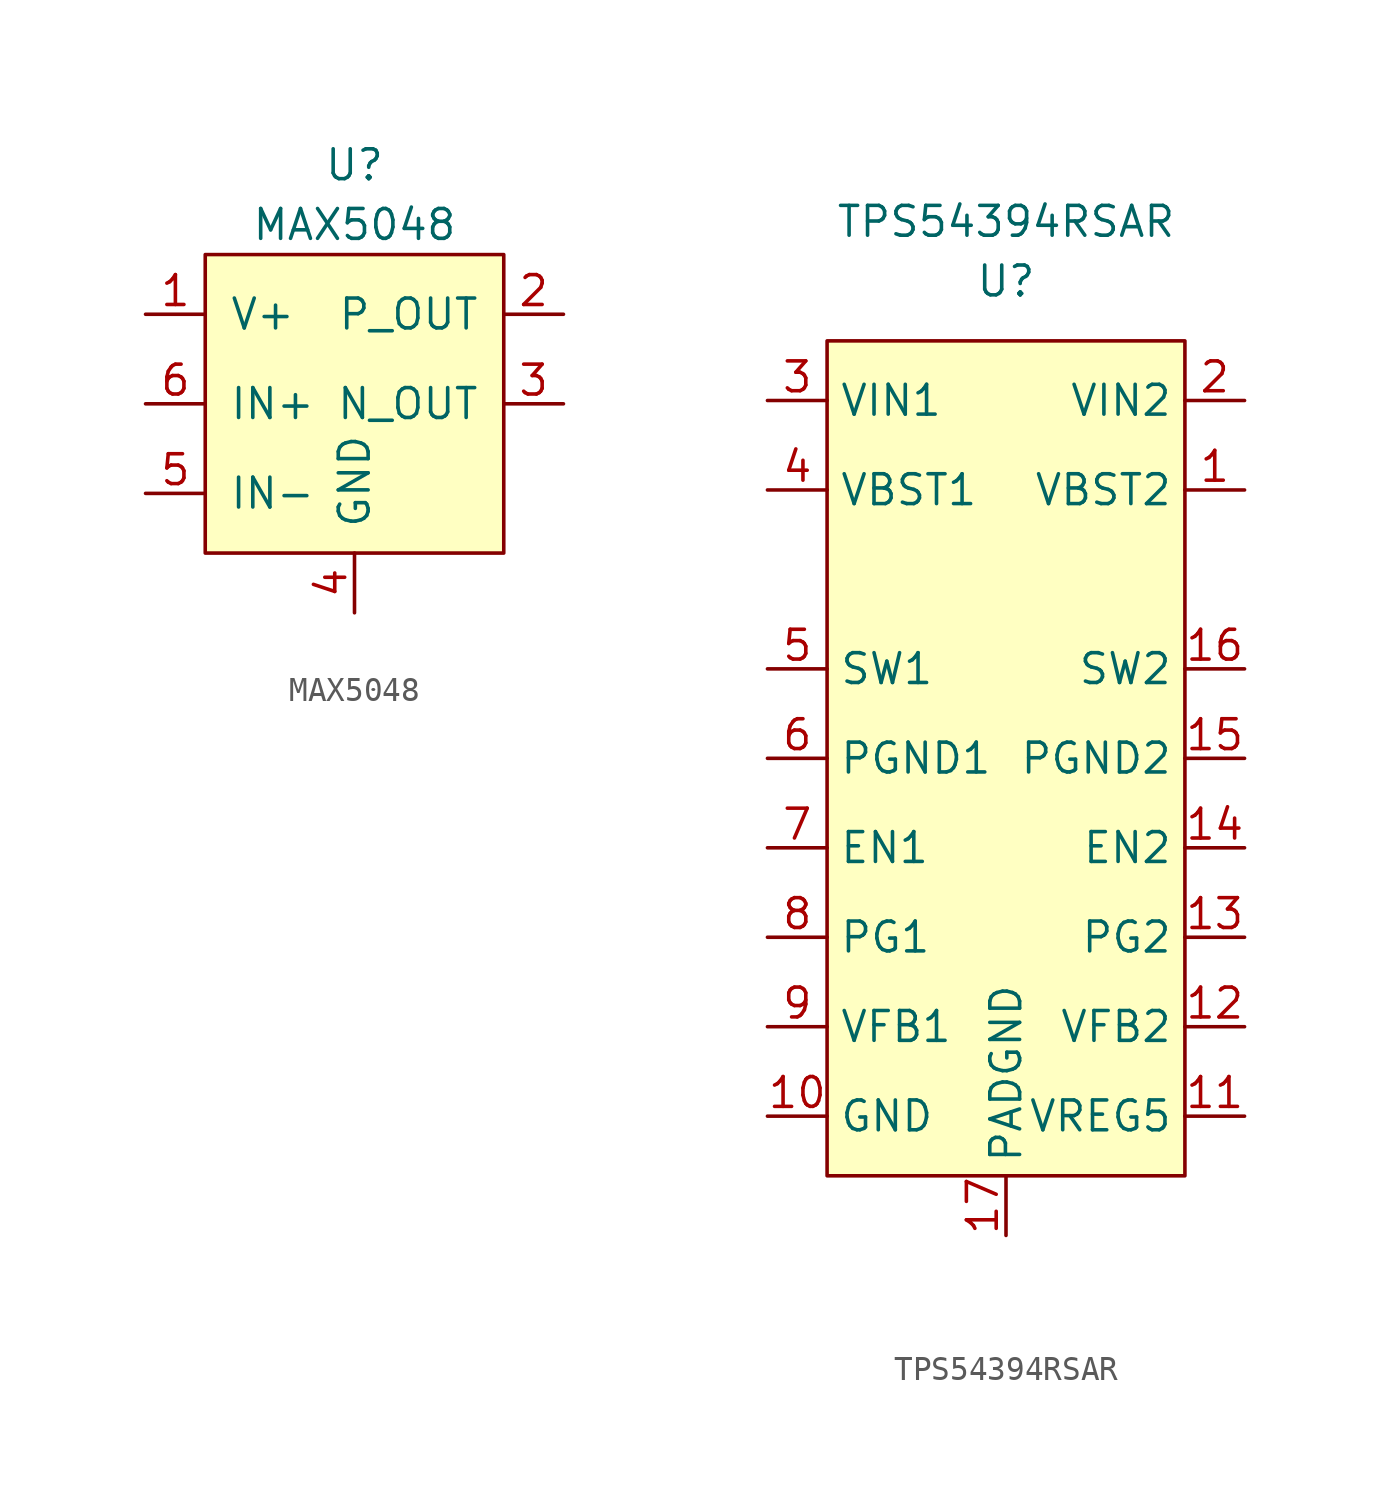
<source format=kicad_sym>
(kicad_symbol_lib
  (version 20211014)
  (generator kicad_symbol_editor)
  (symbol "MAX5048"
    (pin_names
      (offset 1.016))
    (property "Reference" "U"
      (at 0 3.81 0)
      (effects (font (size 1.27 1.27))))
    (property "Value" "MAX5048"
      (at 0 1.27 0)
      (effects (font (size 1.27 1.27))))
    (symbol "MAX5048_0_1"
      (rectangle (start -6.35 0) (end 6.35 -12.7) (stroke (width 0) (type default) (color 0 0 0 0)) (fill (type background))))
    (symbol "MAX5048_1_1"
      (pin input line (at -8.89 -2.54 0) (length 2.54) (name "V+" (effects (font (size 1.27 1.27)))) (number "1" (effects (font (size 1.27 1.27)))))
      (pin input line (at 8.89 -2.54 180) (length 2.54) (name "P_OUT" (effects (font (size 1.27 1.27)))) (number "2" (effects (font (size 1.27 1.27)))))
      (pin input line (at 8.89 -6.35 180) (length 2.54) (name "N_OUT" (effects (font (size 1.27 1.27)))) (number "3" (effects (font (size 1.27 1.27)))))
      (pin input line (at 0 -15.24 90) (length 2.54) (name "GND" (effects (font (size 1.27 1.27)))) (number "4" (effects (font (size 1.27 1.27)))))
      (pin input line (at -8.89 -10.16 0) (length 2.54) (name "IN-" (effects (font (size 1.27 1.27)))) (number "5" (effects (font (size 1.27 1.27)))))
      (pin input line (at -8.89 -6.35 0) (length 2.54) (name "IN+" (effects (font (size 1.27 1.27)))) (number "6" (effects (font (size 1.27 1.27)))))))
  (symbol "TPS54394RSAR"
    (property "Reference" "U"
      (at 0 2.54 0)
      (effects (font (size 1.27 1.27))))
    (property "Value" "TPS54394RSAR"
      (at 0 5.08 0)
      (effects (font (size 1.27 1.27))))
    (symbol "TPS54394RSAR_0_1"
      (rectangle (start -7.62 0) (end 7.62 -35.56) (stroke (width 0) (type default) (color 0 0 0 0)) (fill (type background))))
    (symbol "TPS54394RSAR_1_1"
      (pin input line (at 10.16 -6.35 180) (length 2.54) (name "VBST2" (effects (font (size 1.27 1.27)))) (number "1" (effects (font (size 1.27 1.27)))))
      (pin input line (at -10.16 -33.02 0) (length 2.54) (name "GND" (effects (font (size 1.27 1.27)))) (number "10" (effects (font (size 1.27 1.27)))))
      (pin input line (at 10.16 -33.02 180) (length 2.54) (name "VREG5" (effects (font (size 1.27 1.27)))) (number "11" (effects (font (size 1.27 1.27)))))
      (pin input line (at 10.16 -29.21 180) (length 2.54) (name "VFB2" (effects (font (size 1.27 1.27)))) (number "12" (effects (font (size 1.27 1.27)))))
      (pin input line (at 10.16 -25.4 180) (length 2.54) (name "PG2" (effects (font (size 1.27 1.27)))) (number "13" (effects (font (size 1.27 1.27)))))
      (pin input line (at 10.16 -21.59 180) (length 2.54) (name "EN2" (effects (font (size 1.27 1.27)))) (number "14" (effects (font (size 1.27 1.27)))))
      (pin input line (at 10.16 -17.78 180) (length 2.54) (name "PGND2" (effects (font (size 1.27 1.27)))) (number "15" (effects (font (size 1.27 1.27)))))
      (pin input line (at 10.16 -13.97 180) (length 2.54) (name "SW2" (effects (font (size 1.27 1.27)))) (number "16" (effects (font (size 1.27 1.27)))))
      (pin input line (at 0 -38.1 90) (length 2.54) (name "PADGND" (effects (font (size 1.27 1.27)))) (number "17" (effects (font (size 1.27 1.27)))))
      (pin input line (at 10.16 -2.54 180) (length 2.54) (name "VIN2" (effects (font (size 1.27 1.27)))) (number "2" (effects (font (size 1.27 1.27)))))
      (pin input line (at -10.16 -2.54 0) (length 2.54) (name "VIN1" (effects (font (size 1.27 1.27)))) (number "3" (effects (font (size 1.27 1.27)))))
      (pin input line (at -10.16 -6.35 0) (length 2.54) (name "VBST1" (effects (font (size 1.27 1.27)))) (number "4" (effects (font (size 1.27 1.27)))))
      (pin input line (at -10.16 -13.97 0) (length 2.54) (name "SW1" (effects (font (size 1.27 1.27)))) (number "5" (effects (font (size 1.27 1.27)))))
      (pin input line (at -10.16 -17.78 0) (length 2.54) (name "PGND1" (effects (font (size 1.27 1.27)))) (number "6" (effects (font (size 1.27 1.27)))))
      (pin input line (at -10.16 -21.59 0) (length 2.54) (name "EN1" (effects (font (size 1.27 1.27)))) (number "7" (effects (font (size 1.27 1.27)))))
      (pin input line (at -10.16 -25.4 0) (length 2.54) (name "PG1" (effects (font (size 1.27 1.27)))) (number "8" (effects (font (size 1.27 1.27)))))
      (pin input line (at -10.16 -29.21 0) (length 2.54) (name "VFB1" (effects (font (size 1.27 1.27)))) (number "9" (effects (font (size 1.27 1.27))))))))
</source>
